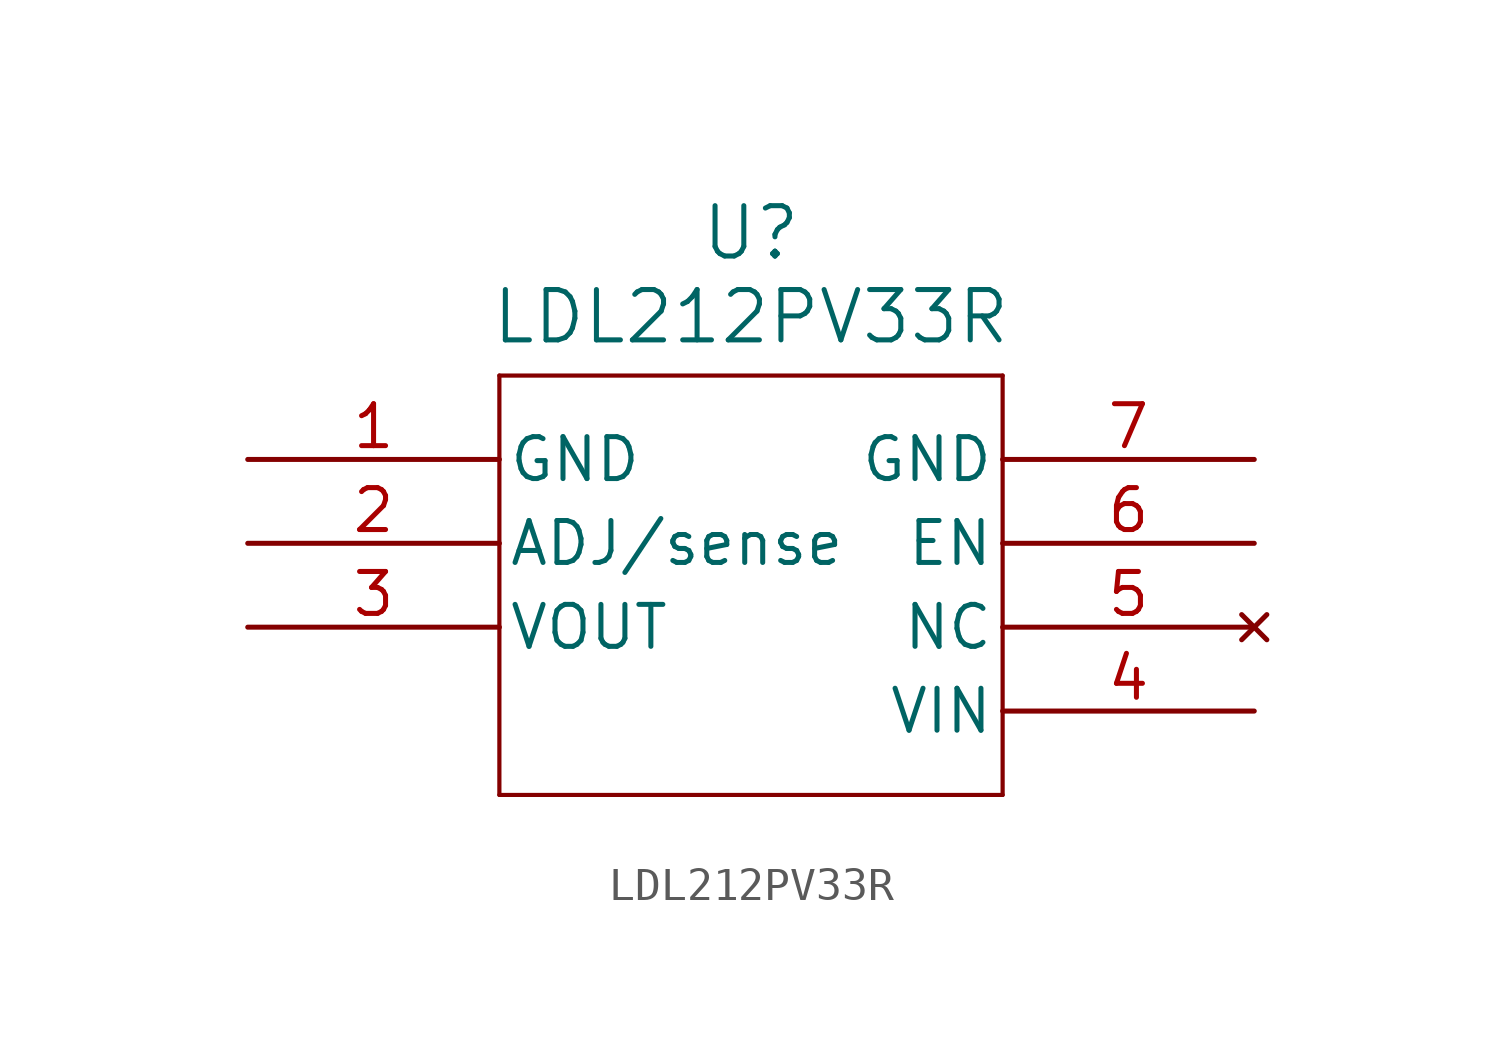
<source format=kicad_sym>
(kicad_symbol_lib
  (version 20231120)
  (generator "kicad_symbol_editor")
  (generator_version "8.0")
  (symbol "LDL212PV33R"
    (pin_names
      (offset 0.254))
    (property "Reference" "U"
      (at 15.24 6.858 0)
      (effects (font (size 1.524 1.524))))
    (property "Value" "LDL212PV33R"
      (at 15.24 4.318 0)
      (effects (font (size 1.524 1.524))))
    (property "ki_locked" ""
      (at 0 0 0)
      (effects (font (size 1.27 1.27))))
    (symbol "LDL212PV33R_0_1"
      (polyline (pts (xy 7.62 -10.16) (xy 22.86 -10.16)) (stroke (width 0.127) (type default)) (fill (type none)))
      (polyline (pts (xy 7.62 2.54) (xy 7.62 -10.16)) (stroke (width 0.127) (type default)) (fill (type none)))
      (polyline (pts (xy 22.86 -10.16) (xy 22.86 2.54)) (stroke (width 0.127) (type default)) (fill (type none)))
      (polyline (pts (xy 22.86 2.54) (xy 7.62 2.54)) (stroke (width 0.127) (type default)) (fill (type none)))
      (pin power_out line (at 0 0 0) (length 7.62) (name "GND" (effects (font (size 1.27 1.27)))) (number "1" (effects (font (size 1.27 1.27)))))
      (pin unspecified line (at 0 -2.54 0) (length 7.62) (name "ADJ/sense" (effects (font (size 1.27 1.27)))) (number "2" (effects (font (size 1.27 1.27)))))
      (pin output line (at 0 -5.08 0) (length 7.62) (name "VOUT" (effects (font (size 1.27 1.27)))) (number "3" (effects (font (size 1.27 1.27)))))
      (pin unspecified line (at 30.48 -7.62 180) (length 7.62) (name "VIN" (effects (font (size 1.27 1.27)))) (number "4" (effects (font (size 1.27 1.27)))))
      (pin no_connect line (at 30.48 -5.08 180) (length 7.62) (name "NC" (effects (font (size 1.27 1.27)))) (number "5" (effects (font (size 1.27 1.27)))))
      (pin unspecified line (at 30.48 -2.54 180) (length 7.62) (name "EN" (effects (font (size 1.27 1.27)))) (number "6" (effects (font (size 1.27 1.27)))))
      (pin power_out line (at 30.48 0 180) (length 7.62) (name "GND" (effects (font (size 1.27 1.27)))) (number "7" (effects (font (size 1.27 1.27))))))))
</source>
